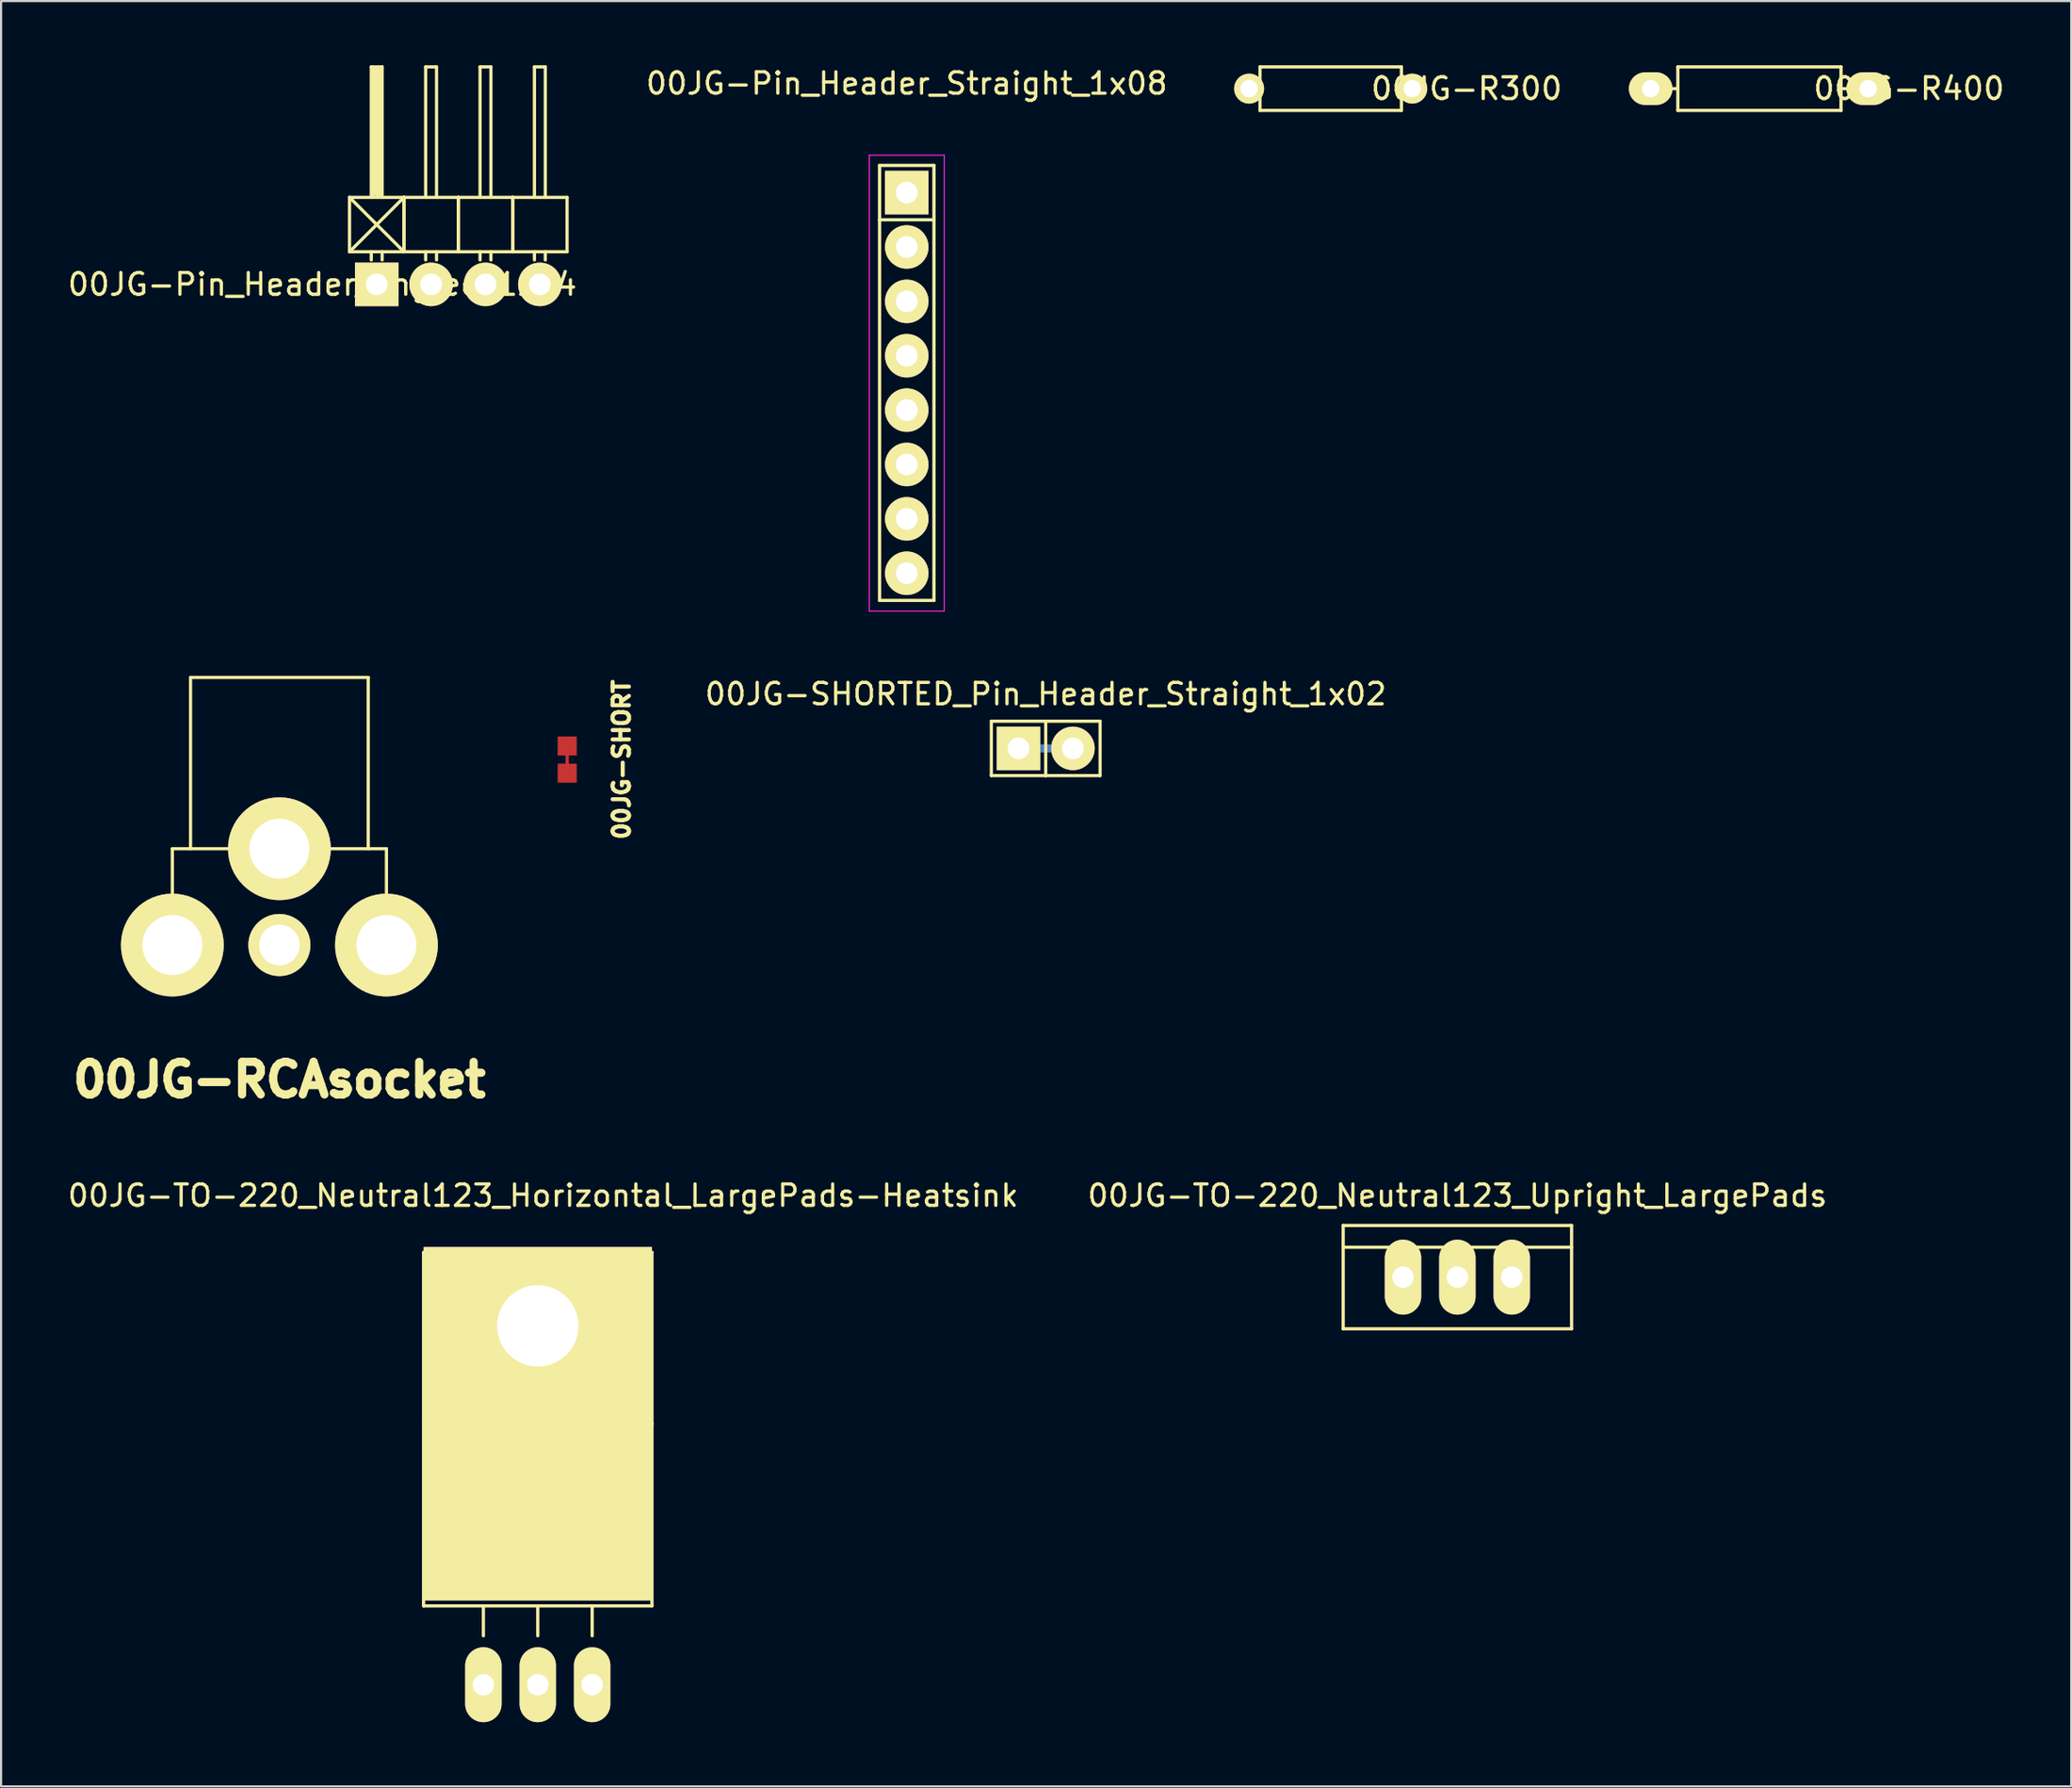
<source format=kicad_pcb>
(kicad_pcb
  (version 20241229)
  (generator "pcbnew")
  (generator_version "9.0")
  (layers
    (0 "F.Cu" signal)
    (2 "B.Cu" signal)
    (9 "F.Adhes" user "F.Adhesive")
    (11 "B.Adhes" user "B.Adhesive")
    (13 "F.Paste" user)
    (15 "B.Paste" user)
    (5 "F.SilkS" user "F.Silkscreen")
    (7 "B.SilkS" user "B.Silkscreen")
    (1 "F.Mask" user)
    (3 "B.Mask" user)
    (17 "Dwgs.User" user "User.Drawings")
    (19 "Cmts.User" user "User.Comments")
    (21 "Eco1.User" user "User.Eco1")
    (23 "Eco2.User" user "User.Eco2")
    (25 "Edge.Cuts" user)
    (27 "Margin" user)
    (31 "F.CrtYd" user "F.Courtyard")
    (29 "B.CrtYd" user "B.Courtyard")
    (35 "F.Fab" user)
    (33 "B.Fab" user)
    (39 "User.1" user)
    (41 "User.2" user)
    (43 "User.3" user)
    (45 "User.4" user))
  (footprint "00JG-TO-220_Neutral123_Upright_LargePads"
    (layer "F.Cu")
    (at 65.018 56.612)
    (property "Reference" "00JG-TO-220_Neutral123_Upright_LargePads" (at 0 -3.81 0) (layer "F.SilkS") (effects (font (size 1 1) (thickness 0.15))))
    (attr through_hole)
    (fp_line (start -5.334 -2.413) (end -5.334 2.413) (stroke (width 0.15) (type solid)) (layer "F.SilkS"))
    (fp_line (start 5.334 -2.413) (end -5.334 -2.413) (stroke (width 0.15) (type solid)) (layer "F.SilkS"))
    (fp_line (start 5.334 -2.413) (end 5.334 2.413) (stroke (width 0.15) (type solid)) (layer "F.SilkS"))
    (fp_line (start 5.334 -1.397) (end -5.334 -1.397) (stroke (width 0.15) (type solid)) (layer "F.SilkS"))
    (fp_line (start 5.334 2.413) (end -5.334 2.413) (stroke (width 0.15) (type solid)) (layer "F.SilkS"))
    (pad "1" thru_hole oval (at -2.54 0 90) (size 3.5 1.699) (drill 1.001) (layers "*.Cu" "*.Mask" "F.SilkS"))
    (pad "2" thru_hole oval (at 0 0 90) (size 3.5 1.699) (drill 1.001) (layers "*.Cu" "*.Mask" "F.SilkS"))
    (pad "3" thru_hole oval (at 2.54 0 90) (size 3.5 1.699) (drill 1.001) (layers "*.Cu" "*.Mask" "F.SilkS")))
  (footprint "00JG-R400"
    (layer "F.Cu")
    (at 79.125 1.091)
    (property "Reference" "00JG-R400" (at 6.985 0 0) (layer "F.SilkS") (effects (font (size 1.016 1.016) (thickness 0.152))))
    (attr through_hole)
    (fp_line (start -4.445 0) (end -3.81 0) (stroke (width 0.15) (type solid)) (layer "F.SilkS"))
    (fp_line (start -3.81 -1.016) (end -3.81 1.016) (stroke (width 0.15) (type solid)) (layer "F.SilkS"))
    (fp_line (start -3.81 1.016) (end 3.81 1.016) (stroke (width 0.15) (type solid)) (layer "F.SilkS"))
    (fp_line (start 3.81 -1.016) (end -3.81 -1.016) (stroke (width 0.15) (type solid)) (layer "F.SilkS"))
    (fp_line (start 3.81 -1.016) (end 3.81 1.016) (stroke (width 0.15) (type solid)) (layer "F.SilkS"))
    (fp_line (start 4.445 0) (end 3.81 0) (stroke (width 0.15) (type solid)) (layer "F.SilkS"))
    (pad "1" thru_hole oval (at -5.08 0) (size 2.032 1.524) (drill 0.813) (layers "*.Cu" "*.Mask" "F.SilkS"))
    (pad "2" thru_hole oval (at 5.08 0) (size 2.032 1.524) (drill 0.813) (layers "*.Cu" "*.Mask" "F.SilkS")))
  (footprint "00JG-SHORTED_Pin_Header_Straight_1x02"
    (layer "F.Cu")
    (at 45.791 31.912)
    (property "Reference" "00JG-SHORTED_Pin_Header_Straight_1x02" (at 0 -2.54 0) (layer "F.SilkS") (effects (font (size 1 1) (thickness 0.15))))
    (attr through_hole)
    (fp_line (start -1.27 0) (end 1.27 0) (stroke (width 0.381) (type solid)) (layer "B.Cu"))
    (fp_line (start -2.54 -1.27) (end -2.54 1.27) (stroke (width 0.15) (type solid)) (layer "F.SilkS"))
    (fp_line (start -2.54 1.27) (end 0 1.27) (stroke (width 0.15) (type solid)) (layer "F.SilkS"))
    (fp_line (start 0 -1.27) (end 0 1.27) (stroke (width 0.15) (type solid)) (layer "F.SilkS"))
    (fp_line (start 0 1.27) (end 2.54 1.27) (stroke (width 0.15) (type solid)) (layer "F.SilkS"))
    (fp_line (start 2.54 -1.27) (end -2.54 -1.27) (stroke (width 0.15) (type solid)) (layer "F.SilkS"))
    (fp_line (start 2.54 1.27) (end 2.54 -1.27) (stroke (width 0.15) (type solid)) (layer "F.SilkS"))
    (pad "1" thru_hole rect (at -1.27 0) (size 2.032 2.032) (drill 1.016) (layers "*.Cu" "*.Mask" "F.SilkS"))
    (pad "2" thru_hole oval (at 1.27 0) (size 2.032 2.032) (drill 1.016) (layers "*.Cu" "*.Mask" "F.SilkS")))
  (footprint "00JG-TO-220_Neutral123_Horizontal_LargePads-Heatsink"
    (layer "F.Cu")
    (at 22.067 75.652)
    (property "Reference" "00JG-TO-220_Neutral123_Horizontal_LargePads-Heatsink" (at 0.249 -22.85 0) (layer "F.SilkS") (effects (font (size 1 1) (thickness 0.15))))
    (attr through_hole)
    (fp_line (start -5.334 -20.193) (end -5.334 -12.192) (stroke (width 0.15) (type solid)) (layer "F.SilkS"))
    (fp_line (start -5.334 -12.192) (end -5.334 -3.683) (stroke (width 0.15) (type solid)) (layer "F.SilkS"))
    (fp_line (start -2.54 -3.683) (end -2.54 -2.286) (stroke (width 0.15) (type solid)) (layer "F.SilkS"))
    (fp_line (start 0 -3.683) (end -5.334 -3.683) (stroke (width 0.15) (type solid)) (layer "F.SilkS"))
    (fp_line (start 0 -3.683) (end 0 -2.286) (stroke (width 0.15) (type solid)) (layer "F.SilkS"))
    (fp_line (start 0 -3.683) (end 5.334 -3.683) (stroke (width 0.15) (type solid)) (layer "F.SilkS"))
    (fp_line (start 2.54 -3.683) (end 2.54 -2.286) (stroke (width 0.15) (type solid)) (layer "F.SilkS"))
    (fp_line (start 5.334 -20.193) (end -5.334 -20.193) (stroke (width 0.15) (type solid)) (layer "F.SilkS"))
    (fp_line (start 5.334 -12.192) (end -5.334 -12.192) (stroke (width 0.15) (type solid)) (layer "F.SilkS"))
    (fp_line (start 5.334 -12.192) (end 5.334 -20.193) (stroke (width 0.15) (type solid)) (layer "F.SilkS"))
    (fp_line (start 5.334 -3.683) (end 5.334 -12.192) (stroke (width 0.15) (type solid)) (layer "F.SilkS"))
    (fp_circle (center 0 -16.764) (end 1.778 -14.986) (stroke (width 0.15) (type solid)) (fill no) (layer "F.SilkS"))
    (pad "1" thru_hole oval (at -2.54 0 90) (size 3.5 1.699) (drill 1.001) (layers "*.Cu" "*.Mask" "F.SilkS"))
    (pad "2" thru_hole rect (at 0 -16.764 90) (size 16.51 10.668) (drill 3.8 (offset -4.572 0)) (layers "*.Cu" "*.Mask" "F.SilkS"))
    (pad "2" thru_hole oval (at 0 0 90) (size 3.5 1.699) (drill 1.001) (layers "*.Cu" "*.Mask" "F.SilkS"))
    (pad "3" thru_hole oval (at 2.54 0 90) (size 3.5 1.699) (drill 1.001) (layers "*.Cu" "*.Mask" "F.SilkS")))
  (footprint "00JG-Pin_Header_Straight_1x08"
    (layer "F.Cu")
    (at 39.301 5.948)
    (property "Reference" "00JG-Pin_Header_Straight_1x08" (at 0 -5.1 0) (layer "F.SilkS") (effects (font (size 1 1) (thickness 0.15))))
    (attr through_hole)
    (fp_line (start -1.27 -1.27) (end 1.27 -1.27) (stroke (width 0.152) (type solid)) (layer "F.SilkS"))
    (fp_line (start -1.27 1.27) (end -1.27 -1.27) (stroke (width 0.152) (type solid)) (layer "F.SilkS"))
    (fp_line (start -1.27 19.05) (end -1.27 1.27) (stroke (width 0.15) (type solid)) (layer "F.SilkS"))
    (fp_line (start 1.27 -1.27) (end 1.27 1.27) (stroke (width 0.152) (type solid)) (layer "F.SilkS"))
    (fp_line (start 1.27 1.27) (end -1.27 1.27) (stroke (width 0.15) (type solid)) (layer "F.SilkS"))
    (fp_line (start 1.27 1.27) (end 1.27 19.05) (stroke (width 0.15) (type solid)) (layer "F.SilkS"))
    (fp_line (start 1.27 19.05) (end -1.27 19.05) (stroke (width 0.15) (type solid)) (layer "F.SilkS"))
    (fp_line (start -1.75 -1.75) (end -1.75 19.55) (stroke (width 0.05) (type solid)) (layer "F.CrtYd"))
    (fp_line (start -1.75 -1.75) (end 1.75 -1.75) (stroke (width 0.05) (type solid)) (layer "F.CrtYd"))
    (fp_line (start -1.75 19.55) (end 1.75 19.55) (stroke (width 0.05) (type solid)) (layer "F.CrtYd"))
    (fp_line (start 1.75 -1.75) (end 1.75 19.55) (stroke (width 0.05) (type solid)) (layer "F.CrtYd"))
    (pad "1" thru_hole rect (at 0 0) (size 2.032 2.032) (drill 1.016) (layers "*.Cu" "*.Mask" "F.SilkS"))
    (pad "2" thru_hole circle (at 0 2.54) (size 2.032 2.032) (drill 1.016) (layers "*.Cu" "*.Mask" "F.SilkS"))
    (pad "3" thru_hole circle (at 0 5.08) (size 2.032 2.032) (drill 1.016) (layers "*.Cu" "*.Mask" "F.SilkS"))
    (pad "4" thru_hole circle (at 0 7.62) (size 2.032 2.032) (drill 1.016) (layers "*.Cu" "*.Mask" "F.SilkS"))
    (pad "5" thru_hole circle (at 0 10.16) (size 2.032 2.032) (drill 1.016) (layers "*.Cu" "*.Mask" "F.SilkS"))
    (pad "6" thru_hole circle (at 0 12.7) (size 2.032 2.032) (drill 1.016) (layers "*.Cu" "*.Mask" "F.SilkS"))
    (pad "7" thru_hole circle (at 0 15.24) (size 2.032 2.032) (drill 1.016) (layers "*.Cu" "*.Mask" "F.SilkS"))
    (pad "8" thru_hole circle (at 0 17.78) (size 2.032 2.032) (drill 1.016) (layers "*.Cu" "*.Mask" "F.SilkS")))
  (footprint "00JG-R300"
    (layer "F.Cu")
    (at 59.101 1.091)
    (property "Reference" "00JG-R300" (at 6.35 0 0) (layer "F.SilkS") (effects (font (size 1.016 1.016) (thickness 0.152))))
    (attr through_hole)
    (fp_line (start -3.81 0) (end -3.302 0) (stroke (width 0.15) (type solid)) (layer "F.SilkS"))
    (fp_line (start -3.302 -1.016) (end -3.302 1.016) (stroke (width 0.15) (type solid)) (layer "F.SilkS"))
    (fp_line (start -3.302 1.016) (end 3.302 1.016) (stroke (width 0.15) (type solid)) (layer "F.SilkS"))
    (fp_line (start 3.302 -1.016) (end -3.302 -1.016) (stroke (width 0.15) (type solid)) (layer "F.SilkS"))
    (fp_line (start 3.302 0) (end 3.302 -1.016) (stroke (width 0.15) (type solid)) (layer "F.SilkS"))
    (fp_line (start 3.302 1.016) (end 3.302 0) (stroke (width 0.15) (type solid)) (layer "F.SilkS"))
    (fp_line (start 3.81 0) (end 3.302 0) (stroke (width 0.15) (type solid)) (layer "F.SilkS"))
    (pad "1" thru_hole circle (at -3.81 0) (size 1.397 1.397) (drill 0.813) (layers "*.Cu" "*.Mask" "F.SilkS"))
    (pad "2" thru_hole circle (at 3.81 0) (size 1.397 1.397) (drill 0.813) (layers "*.Cu" "*.Mask" "F.SilkS")))
  (footprint "00JG-SHORT"
    (layer "F.Cu")
    (at 23.442 32.434)
    (property "Reference" "00JG-SHORT" (at 2.54 0 90) (layer "F.SilkS") (effects (font (size 0.762 0.762) (thickness 0.191))))
    (attr through_hole)
    (fp_line (start 0 -0.635) (end 0 0.635) (stroke (width 0.152) (type solid)) (layer "F.Cu"))
    (pad "1" smd rect (at 0 0.635) (size 0.889 0.889) (layers "F.Cu" "F.Mask" "F.Paste"))
    (pad "2" smd rect (at 0 -0.635) (size 0.889 0.889) (layers "F.Cu" "F.Mask" "F.Paste")))
  (footprint "00JG-RCAsocket"
    (layer "F.Cu")
    (at 9.999 36.598)
    (property "Reference" "00JG-RCAsocket" (at 0 10.795 0) (layer "F.SilkS") (effects (font (size 1.524 1.524) (thickness 0.381))))
    (attr through_hole)
    (fp_line (start -5 0) (end -5 6.5) (stroke (width 0.15) (type solid)) (layer "F.SilkS"))
    (fp_line (start -5 0) (end 5 0) (stroke (width 0.15) (type solid)) (layer "F.SilkS"))
    (fp_line (start -4.15 -8) (end 4.15 -8) (stroke (width 0.15) (type solid)) (layer "F.SilkS"))
    (fp_line (start -4.15 0) (end -4.15 -8) (stroke (width 0.15) (type solid)) (layer "F.SilkS"))
    (fp_line (start 4.15 -8) (end 4.15 0) (stroke (width 0.15) (type solid)) (layer "F.SilkS"))
    (fp_line (start 5 0) (end 5 6.5) (stroke (width 0.15) (type solid)) (layer "F.SilkS"))
    (pad "1" thru_hole circle (at -5 4.5) (size 4.8 4.8) (drill 2.8) (layers "*.Cu" "*.Mask" "F.SilkS"))
    (pad "1" thru_hole circle (at 0 0) (size 4.8 4.8) (drill 2.8) (layers "*.Cu" "*.Mask" "F.SilkS"))
    (pad "1" thru_hole circle (at 5 4.5) (size 4.8 4.8) (drill 2.8) (layers "*.Cu" "*.Mask" "F.SilkS"))
    (pad "2" thru_hole circle (at 0 4.5) (size 2.9 2.9) (drill 1.9) (layers "*.Cu" "*.Mask" "F.SilkS")))
  (footprint "00JG-Pin_Header_Angled_1x04"
    (layer "F.Cu")
    (at 18.355 10.235)
    (property "Reference" "00JG-Pin_Header_Angled_1x04" (at -6.35 0 0) (layer "F.SilkS") (effects (font (size 1.016 1.016) (thickness 0.152))))
    (attr through_hole)
    (fp_line (start -5.08 -4.064) (end -2.54 -1.524) (stroke (width 0.15) (type solid)) (layer "F.SilkS"))
    (fp_line (start -5.08 -1.524) (end -5.08 -4.064) (stroke (width 0.15) (type solid)) (layer "F.SilkS"))
    (fp_line (start -5.08 -1.524) (end -2.54 -1.524) (stroke (width 0.15) (type solid)) (layer "F.SilkS"))
    (fp_line (start -4.064 -10.16) (end -3.556 -10.16) (stroke (width 0.15) (type solid)) (layer "F.SilkS"))
    (fp_line (start -4.064 -4.064) (end -4.064 -10.16) (stroke (width 0.15) (type solid)) (layer "F.SilkS"))
    (fp_line (start -4.064 -1.524) (end -4.064 -1.143) (stroke (width 0.15) (type solid)) (layer "F.SilkS"))
    (fp_line (start -3.937 -10.033) (end -3.683 -10.033) (stroke (width 0.15) (type solid)) (layer "F.SilkS"))
    (fp_line (start -3.937 -4.191) (end -3.937 -10.033) (stroke (width 0.15) (type solid)) (layer "F.SilkS"))
    (fp_line (start -3.81 -4.191) (end -3.81 -10.033) (stroke (width 0.15) (type solid)) (layer "F.SilkS"))
    (fp_line (start -3.683 -10.033) (end -3.683 -4.191) (stroke (width 0.15) (type solid)) (layer "F.SilkS"))
    (fp_line (start -3.683 -4.191) (end -3.81 -4.191) (stroke (width 0.15) (type solid)) (layer "F.SilkS"))
    (fp_line (start -3.556 -10.16) (end -3.556 -4.064) (stroke (width 0.15) (type solid)) (layer "F.SilkS"))
    (fp_line (start -3.556 -1.524) (end -3.556 -1.143) (stroke (width 0.15) (type solid)) (layer "F.SilkS"))
    (fp_line (start -2.54 -4.064) (end -5.08 -4.064) (stroke (width 0.15) (type solid)) (layer "F.SilkS"))
    (fp_line (start -2.54 -4.064) (end -5.08 -1.524) (stroke (width 0.15) (type solid)) (layer "F.SilkS"))
    (fp_line (start -2.54 -1.524) (end -2.54 -4.064) (stroke (width 0.15) (type solid)) (layer "F.SilkS"))
    (fp_line (start -2.54 -1.524) (end -2.54 -4.064) (stroke (width 0.15) (type solid)) (layer "F.SilkS"))
    (fp_line (start -2.54 -1.524) (end 0 -1.524) (stroke (width 0.15) (type solid)) (layer "F.SilkS"))
    (fp_line (start -1.524 -10.16) (end -1.016 -10.16) (stroke (width 0.15) (type solid)) (layer "F.SilkS"))
    (fp_line (start -1.524 -4.064) (end -1.524 -10.16) (stroke (width 0.15) (type solid)) (layer "F.SilkS"))
    (fp_line (start -1.524 -1.524) (end -1.524 -1.143) (stroke (width 0.15) (type solid)) (layer "F.SilkS"))
    (fp_line (start -1.016 -10.16) (end -1.016 -4.064) (stroke (width 0.15) (type solid)) (layer "F.SilkS"))
    (fp_line (start -1.016 -1.524) (end -1.016 -1.143) (stroke (width 0.15) (type solid)) (layer "F.SilkS"))
    (fp_line (start 0 -4.064) (end -2.54 -4.064) (stroke (width 0.15) (type solid)) (layer "F.SilkS"))
    (fp_line (start 0 -1.524) (end 0 -4.064) (stroke (width 0.15) (type solid)) (layer "F.SilkS"))
    (fp_line (start 0 -1.524) (end 0 -4.064) (stroke (width 0.15) (type solid)) (layer "F.SilkS"))
    (fp_line (start 0 -1.524) (end 2.54 -1.524) (stroke (width 0.15) (type solid)) (layer "F.SilkS"))
    (fp_line (start 1.016 -10.16) (end 1.524 -10.16) (stroke (width 0.15) (type solid)) (layer "F.SilkS"))
    (fp_line (start 1.016 -4.064) (end 1.016 -10.16) (stroke (width 0.15) (type solid)) (layer "F.SilkS"))
    (fp_line (start 1.016 -1.524) (end 1.016 -1.143) (stroke (width 0.15) (type solid)) (layer "F.SilkS"))
    (fp_line (start 1.524 -10.16) (end 1.524 -4.064) (stroke (width 0.15) (type solid)) (layer "F.SilkS"))
    (fp_line (start 1.524 -1.524) (end 1.524 -1.143) (stroke (width 0.15) (type solid)) (layer "F.SilkS"))
    (fp_line (start 2.54 -4.064) (end 0 -4.064) (stroke (width 0.15) (type solid)) (layer "F.SilkS"))
    (fp_line (start 2.54 -1.524) (end 2.54 -4.064) (stroke (width 0.15) (type solid)) (layer "F.SilkS"))
    (fp_line (start 2.54 -1.524) (end 2.54 -4.064) (stroke (width 0.15) (type solid)) (layer "F.SilkS"))
    (fp_line (start 2.54 -1.524) (end 5.08 -1.524) (stroke (width 0.15) (type solid)) (layer "F.SilkS"))
    (fp_line (start 3.556 -10.16) (end 4.064 -10.16) (stroke (width 0.15) (type solid)) (layer "F.SilkS"))
    (fp_line (start 3.556 -4.064) (end 3.556 -10.16) (stroke (width 0.15) (type solid)) (layer "F.SilkS"))
    (fp_line (start 3.556 -1.524) (end 3.556 -1.143) (stroke (width 0.15) (type solid)) (layer "F.SilkS"))
    (fp_line (start 4.064 -10.16) (end 4.064 -4.064) (stroke (width 0.15) (type solid)) (layer "F.SilkS"))
    (fp_line (start 4.064 -1.524) (end 4.064 -1.143) (stroke (width 0.15) (type solid)) (layer "F.SilkS"))
    (fp_line (start 5.08 -4.064) (end 2.54 -4.064) (stroke (width 0.15) (type solid)) (layer "F.SilkS"))
    (fp_line (start 5.08 -1.524) (end 5.08 -4.064) (stroke (width 0.15) (type solid)) (layer "F.SilkS"))
    (pad "1" thru_hole rect (at -3.81 0) (size 2.032 2.032) (drill 1.016) (layers "*.Cu" "*.Mask" "F.SilkS"))
    (pad "2" thru_hole circle (at -1.27 0) (size 2.032 2.032) (drill 1.016) (layers "*.Cu" "*.Mask" "F.SilkS"))
    (pad "3" thru_hole circle (at 1.27 0) (size 2.032 2.032) (drill 1.016) (layers "*.Cu" "*.Mask" "F.SilkS"))
    (pad "4" thru_hole circle (at 3.81 0) (size 2.032 2.032) (drill 1.016) (layers "*.Cu" "*.Mask" "F.SilkS")))
  (gr_rect
    (start -3 -3)
    (end 93.688 80.402)
    (stroke (width 0.1) (type default))
    (fill no)
    (layer "Edge.Cuts")))
</source>
